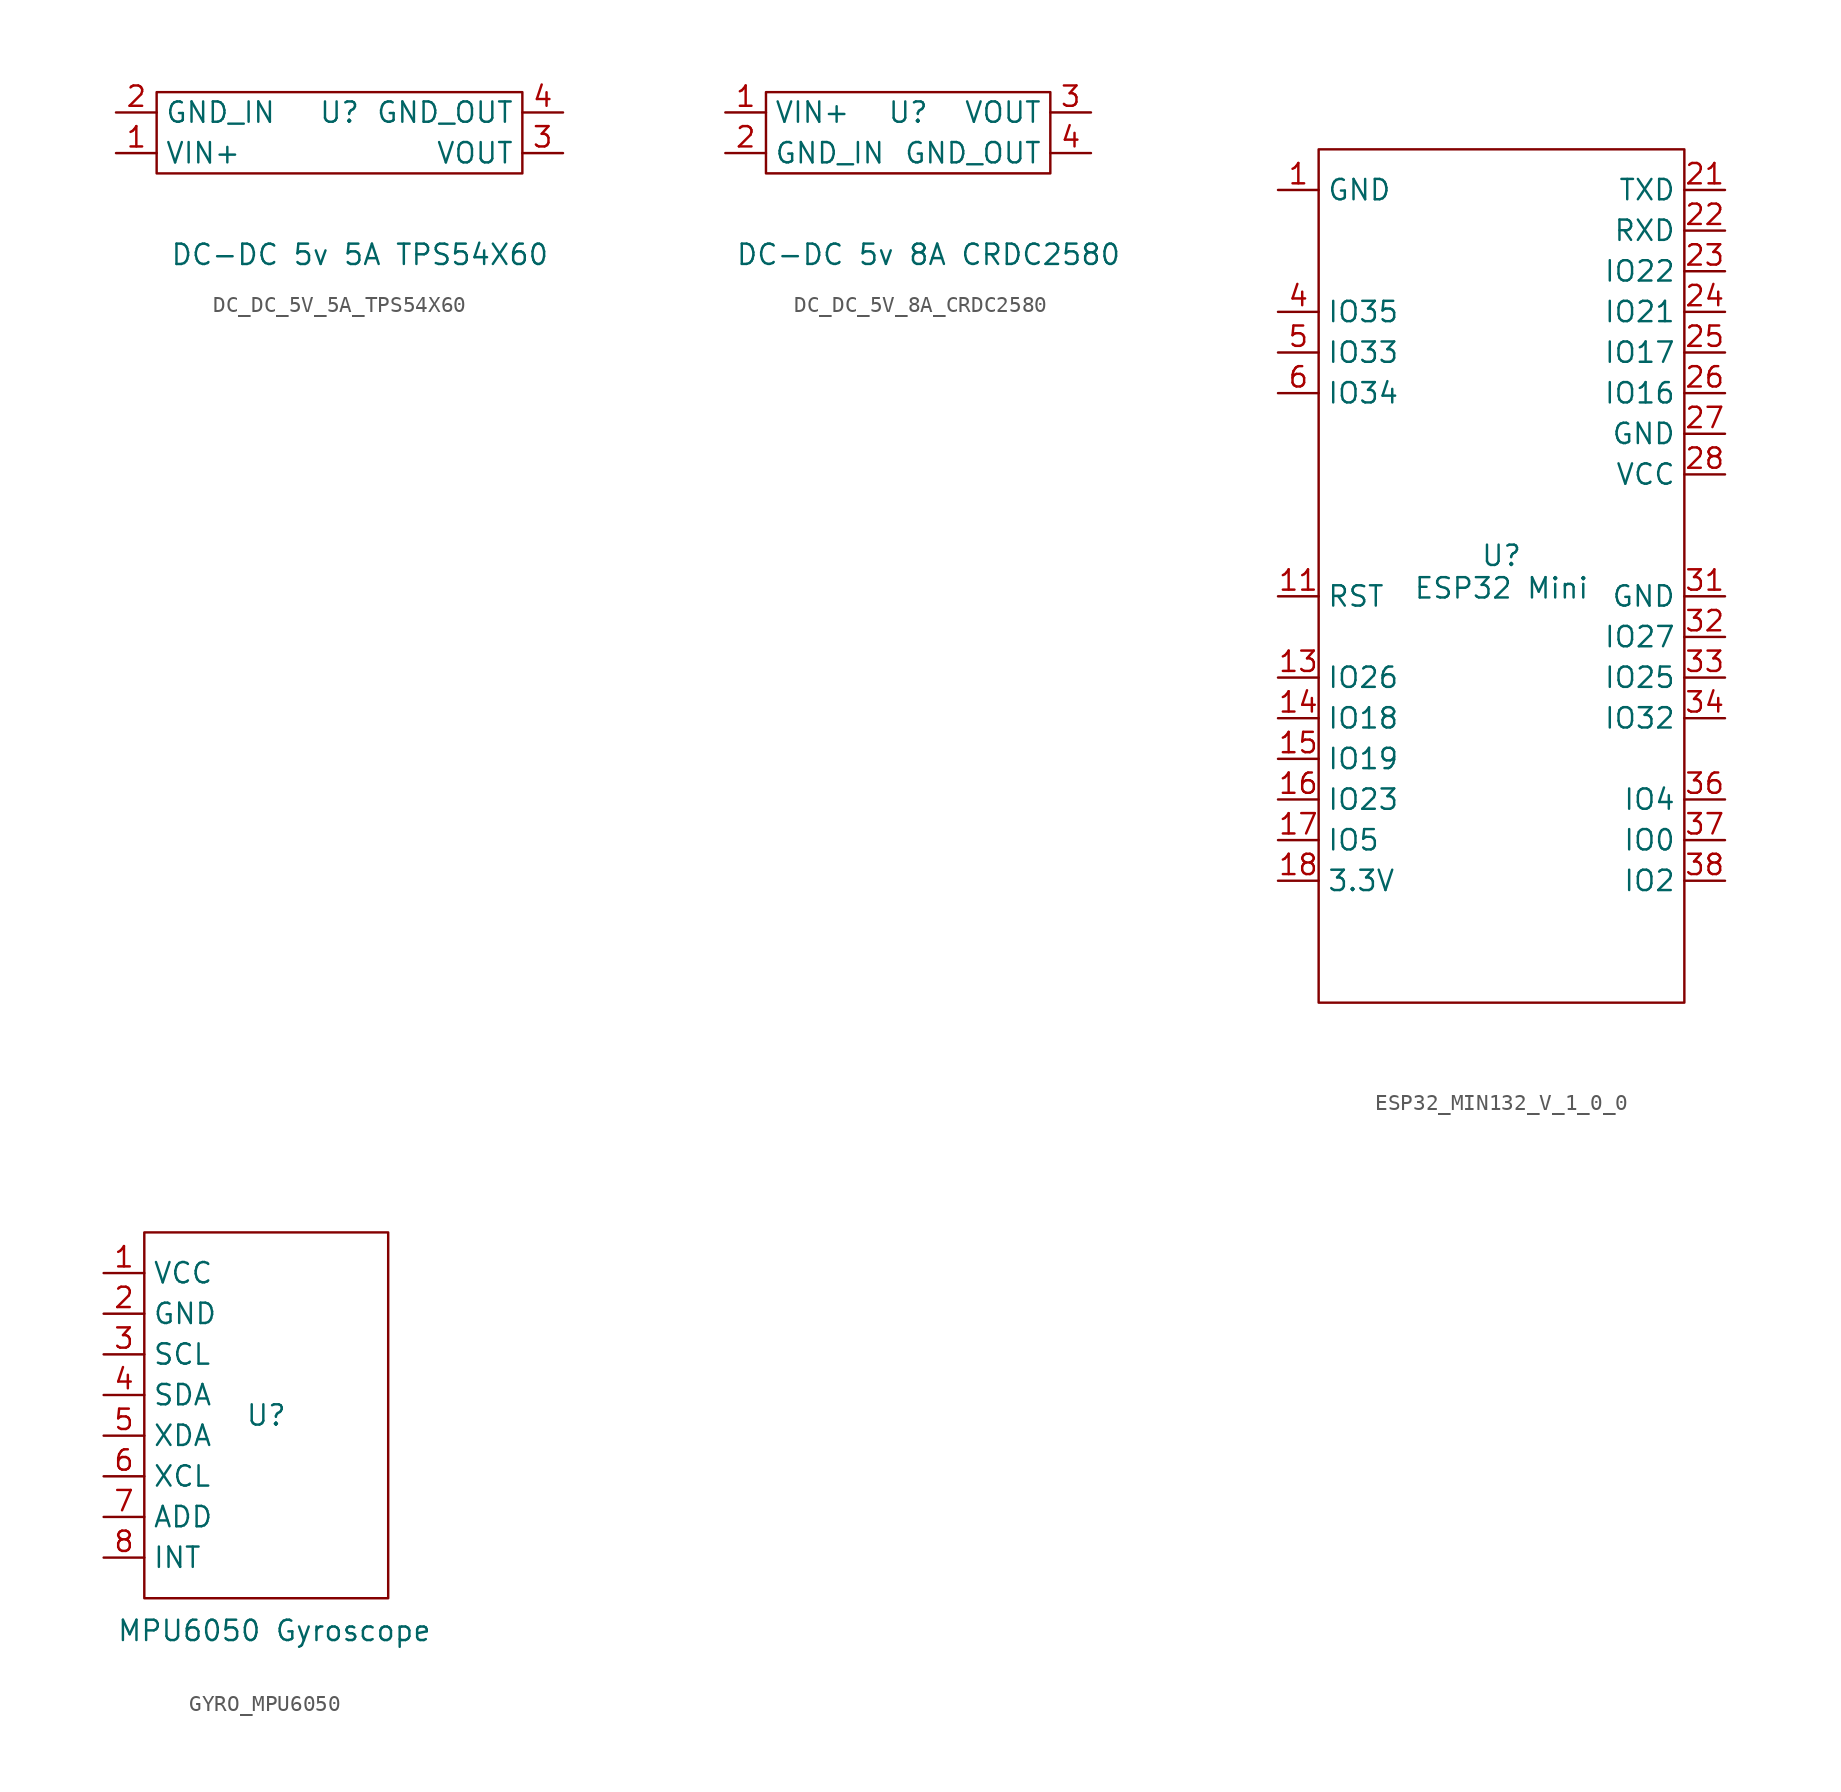
<source format=kicad_sym>
(kicad_symbol_lib
  (version 20241209)
  (generator "kicad_symbol_editor")
  (generator_version "9.0")
  (symbol "DC_DC_5V_5A_TPS54X60"
    (property "Reference" "U"
      (at 0 1.27 0)
      (effects (font (size 1.27 1.27))))
    (property "Value" "DC-DC 5v 5A TPS54X60"
      (at 1.27 -7.62 0)
      (effects (font (size 1.27 1.27))))
    (symbol "DC_DC_5V_5A_TPS54X60_0_1"
      (rectangle (start -11.43 2.54) (end 11.43 -2.54) (stroke (width 0) (type default)) (fill (type none))))
    (symbol "DC_DC_5V_5A_TPS54X60_1_1"
      (pin power_in line (at -13.97 1.27 0) (length 2.54) (name "GND_IN" (effects (font (size 1.27 1.27)))) (number "2" (effects (font (size 1.27 1.27)))))
      (pin power_in line (at -13.97 -1.27 0) (length 2.54) (name "VIN+" (effects (font (size 1.27 1.27)))) (number "1" (effects (font (size 1.27 1.27)))))
      (pin passive line (at 13.97 1.27 180) (length 2.54) (name "GND_OUT" (effects (font (size 1.27 1.27)))) (number "4" (effects (font (size 1.27 1.27)))))
      (pin power_out line (at 13.97 -1.27 180) (length 2.54) (name "VOUT" (effects (font (size 1.27 1.27)))) (number "3" (effects (font (size 1.27 1.27)))))))
  (symbol "DC_DC_5V_8A_CRDC2580"
    (property "Reference" "U"
      (at 0 1.27 0)
      (effects (font (size 1.27 1.27))))
    (property "Value" "DC-DC 5v 8A CRDC2580"
      (at 1.27 -7.62 0)
      (effects (font (size 1.27 1.27))))
    (symbol "DC_DC_5V_8A_CRDC2580_0_1"
      (rectangle (start -8.89 2.54) (end 8.89 -2.54) (stroke (width 0) (type default)) (fill (type none))))
    (symbol "DC_DC_5V_8A_CRDC2580_1_1"
      (pin power_in line (at -11.43 1.27 0) (length 2.54) (name "VIN+" (effects (font (size 1.27 1.27)))) (number "1" (effects (font (size 1.27 1.27)))))
      (pin power_in line (at -11.43 -1.27 0) (length 2.54) (name "GND_IN" (effects (font (size 1.27 1.27)))) (number "2" (effects (font (size 1.27 1.27)))))
      (pin power_out line (at 11.43 1.27 180) (length 2.54) (name "VOUT" (effects (font (size 1.27 1.27)))) (number "3" (effects (font (size 1.27 1.27)))))
      (pin passive line (at 11.43 -1.27 180) (length 2.54) (name "GND_OUT" (effects (font (size 1.27 1.27)))) (number "4" (effects (font (size 1.27 1.27)))))))
  (symbol "ESP32_MIN132_V_1_0_0"
    (property "Reference" "U"
      (at 0 0 0)
      (effects (font (size 1.27 1.27))))
    (property "Value" "ESP32 Mini"
      (at 0 -2.032 0)
      (effects (font (size 1.27 1.27))))
    (symbol "ESP32_MIN132_V_1_0_0_0_1"
      (rectangle (start -11.43 25.4) (end 11.43 -27.94) (stroke (width 0) (type default)) (fill (type none))))
    (symbol "ESP32_MIN132_V_1_0_0_1_1"
      (pin power_in line (at -13.97 22.86 0) (length 2.54) (name "GND" (effects (font (size 1.27 1.27)))) (number "1" (effects (font (size 1.27 1.27)))))
      (pin no_connect line (at -13.97 20.32 0) (length 2.54) (hide yes) (name "NC" (effects (font (size 1.27 1.27)))) (number "2" (effects (font (size 1.27 1.27)))))
      (pin input line (at -13.97 17.78 0) (length 2.54) (hide yes) (name "SVN" (effects (font (size 1.27 1.27)))) (number "3" (effects (font (size 1.27 1.27)))))
      (pin bidirectional line (at -13.97 15.24 0) (length 2.54) (name "IO35" (effects (font (size 1.27 1.27)))) (number "4" (effects (font (size 1.27 1.27)))))
      (pin bidirectional line (at -13.97 12.7 0) (length 2.54) (name "IO33" (effects (font (size 1.27 1.27)))) (number "5" (effects (font (size 1.27 1.27)))))
      (pin bidirectional line (at -13.97 10.16 0) (length 2.54) (name "IO34" (effects (font (size 1.27 1.27)))) (number "6" (effects (font (size 1.27 1.27)))))
      (pin bidirectional line (at -13.97 7.62 0) (length 2.54) (hide yes) (name "TMS" (effects (font (size 1.27 1.27)))) (number "7" (effects (font (size 1.27 1.27)))))
      (pin passive line (at -13.97 5.08 0) (length 2.54) (hide yes) (name "NC" (effects (font (size 1.27 1.27)))) (number "8" (effects (font (size 1.27 1.27)))))
      (pin bidirectional line (at -13.97 2.54 0) (length 2.54) (hide yes) (name "SD2" (effects (font (size 1.27 1.27)))) (number "9" (effects (font (size 1.27 1.27)))))
      (pin input line (at -13.97 0 0) (length 2.54) (hide yes) (name "CMD" (effects (font (size 1.27 1.27)))) (number "10" (effects (font (size 1.27 1.27)))))
      (pin input line (at -13.97 -2.54 0) (length 2.54) (name "RST" (effects (font (size 1.27 1.27)))) (number "11" (effects (font (size 1.27 1.27)))))
      (pin input line (at -13.97 -5.08 0) (length 2.54) (hide yes) (name "SVP" (effects (font (size 1.27 1.27)))) (number "12" (effects (font (size 1.27 1.27)))))
      (pin bidirectional line (at -13.97 -7.62 0) (length 2.54) (name "IO26" (effects (font (size 1.27 1.27)))) (number "13" (effects (font (size 1.27 1.27)))))
      (pin bidirectional line (at -13.97 -10.16 0) (length 2.54) (name "IO18" (effects (font (size 1.27 1.27)))) (number "14" (effects (font (size 1.27 1.27)))))
      (pin bidirectional line (at -13.97 -12.7 0) (length 2.54) (name "IO19" (effects (font (size 1.27 1.27)))) (number "15" (effects (font (size 1.27 1.27)))))
      (pin bidirectional line (at -13.97 -15.24 0) (length 2.54) (name "IO23" (effects (font (size 1.27 1.27)))) (number "16" (effects (font (size 1.27 1.27)))))
      (pin bidirectional line (at -13.97 -17.78 0) (length 2.54) (name "IO5" (effects (font (size 1.27 1.27)))) (number "17" (effects (font (size 1.27 1.27)))))
      (pin power_out line (at -13.97 -20.32 0) (length 2.54) (name "3.3V" (effects (font (size 1.27 1.27)))) (number "18" (effects (font (size 1.27 1.27)))))
      (pin bidirectional line (at -13.97 -22.86 0) (length 2.54) (hide yes) (name "TCK" (effects (font (size 1.27 1.27)))) (number "19" (effects (font (size 1.27 1.27)))))
      (pin bidirectional line (at -13.97 -25.4 0) (length 2.54) (hide yes) (name "SD3" (effects (font (size 1.27 1.27)))) (number "20" (effects (font (size 1.27 1.27)))))
      (pin output line (at 13.97 22.86 180) (length 2.54) (name "TXD" (effects (font (size 1.27 1.27)))) (number "21" (effects (font (size 1.27 1.27)))))
      (pin input line (at 13.97 20.32 180) (length 2.54) (name "RXD" (effects (font (size 1.27 1.27)))) (number "22" (effects (font (size 1.27 1.27)))))
      (pin bidirectional line (at 13.97 17.78 180) (length 2.54) (name "IO22" (effects (font (size 1.27 1.27)))) (number "23" (effects (font (size 1.27 1.27)))))
      (pin bidirectional line (at 13.97 15.24 180) (length 2.54) (name "IO21" (effects (font (size 1.27 1.27)))) (number "24" (effects (font (size 1.27 1.27)))))
      (pin bidirectional line (at 13.97 12.7 180) (length 2.54) (name "IO17" (effects (font (size 1.27 1.27)))) (number "25" (effects (font (size 1.27 1.27)))))
      (pin bidirectional line (at 13.97 10.16 180) (length 2.54) (name "IO16" (effects (font (size 1.27 1.27)))) (number "26" (effects (font (size 1.27 1.27)))))
      (pin power_in line (at 13.97 7.62 180) (length 2.54) (name "GND" (effects (font (size 1.27 1.27)))) (number "27" (effects (font (size 1.27 1.27)))))
      (pin power_in line (at 13.97 5.08 180) (length 2.54) (name "VCC" (effects (font (size 1.27 1.27)))) (number "28" (effects (font (size 1.27 1.27)))))
      (pin bidirectional line (at 13.97 2.54 180) (length 2.54) (hide yes) (name "TDO" (effects (font (size 1.27 1.27)))) (number "29" (effects (font (size 1.27 1.27)))))
      (pin bidirectional line (at 13.97 0 180) (length 2.54) (hide yes) (name "SDD" (effects (font (size 1.27 1.27)))) (number "30" (effects (font (size 1.27 1.27)))))
      (pin power_in line (at 13.97 -2.54 180) (length 2.54) (name "GND" (effects (font (size 1.27 1.27)))) (number "31" (effects (font (size 1.27 1.27)))))
      (pin bidirectional line (at 13.97 -5.08 180) (length 2.54) (name "IO27" (effects (font (size 1.27 1.27)))) (number "32" (effects (font (size 1.27 1.27)))))
      (pin bidirectional line (at 13.97 -7.62 180) (length 2.54) (name "IO25" (effects (font (size 1.27 1.27)))) (number "33" (effects (font (size 1.27 1.27)))))
      (pin bidirectional line (at 13.97 -10.16 180) (length 2.54) (name "IO32" (effects (font (size 1.27 1.27)))) (number "34" (effects (font (size 1.27 1.27)))))
      (pin bidirectional line (at 13.97 -12.7 180) (length 2.54) (hide yes) (name "TDI" (effects (font (size 1.27 1.27)))) (number "35" (effects (font (size 1.27 1.27)))))
      (pin bidirectional line (at 13.97 -15.24 180) (length 2.54) (name "IO4" (effects (font (size 1.27 1.27)))) (number "36" (effects (font (size 1.27 1.27)))))
      (pin bidirectional line (at 13.97 -17.78 180) (length 2.54) (name "IO0" (effects (font (size 1.27 1.27)))) (number "37" (effects (font (size 1.27 1.27)))))
      (pin bidirectional line (at 13.97 -20.32 180) (length 2.54) (name "IO2" (effects (font (size 1.27 1.27)))) (number "38" (effects (font (size 1.27 1.27)))))
      (pin bidirectional line (at 13.97 -22.86 180) (length 2.54) (hide yes) (name "SD1" (effects (font (size 1.27 1.27)))) (number "39" (effects (font (size 1.27 1.27)))))
      (pin output line (at 13.97 -25.4 180) (length 2.54) (hide yes) (name "CLK" (effects (font (size 1.27 1.27)))) (number "40" (effects (font (size 1.27 1.27)))))))
  (symbol "GYRO_MPU6050"
    (property "Reference" "U"
      (at 0 0 0)
      (effects (font (size 1.27 1.27))))
    (property "Value" "MPU6050 Gyroscope"
      (at 0.508 -13.462 0)
      (effects (font (size 1.27 1.27))))
    (symbol "GYRO_MPU6050_0_1"
      (rectangle (start -7.62 11.43) (end 7.62 -11.43) (stroke (width 0) (type default)) (fill (type none))))
    (symbol "GYRO_MPU6050_1_1"
      (pin power_in line (at -10.16 8.89 0) (length 2.54) (name "VCC" (effects (font (size 1.27 1.27)))) (number "1" (effects (font (size 1.27 1.27)))))
      (pin power_in line (at -10.16 6.35 0) (length 2.54) (name "GND" (effects (font (size 1.27 1.27)))) (number "2" (effects (font (size 1.27 1.27)))))
      (pin input line (at -10.16 3.81 0) (length 2.54) (name "SCL" (effects (font (size 1.27 1.27)))) (number "3" (effects (font (size 1.27 1.27)))))
      (pin bidirectional line (at -10.16 1.27 0) (length 2.54) (name "SDA" (effects (font (size 1.27 1.27)))) (number "4" (effects (font (size 1.27 1.27)))))
      (pin bidirectional line (at -10.16 -1.27 0) (length 2.54) (name "XDA" (effects (font (size 1.27 1.27)))) (number "5" (effects (font (size 1.27 1.27)))))
      (pin input line (at -10.16 -3.81 0) (length 2.54) (name "XCL" (effects (font (size 1.27 1.27)))) (number "6" (effects (font (size 1.27 1.27)))))
      (pin input line (at -10.16 -6.35 0) (length 2.54) (name "ADD" (effects (font (size 1.27 1.27)))) (number "7" (effects (font (size 1.27 1.27)))))
      (pin output line (at -10.16 -8.89 0) (length 2.54) (name "INT" (effects (font (size 1.27 1.27)))) (number "8" (effects (font (size 1.27 1.27))))))))
</source>
